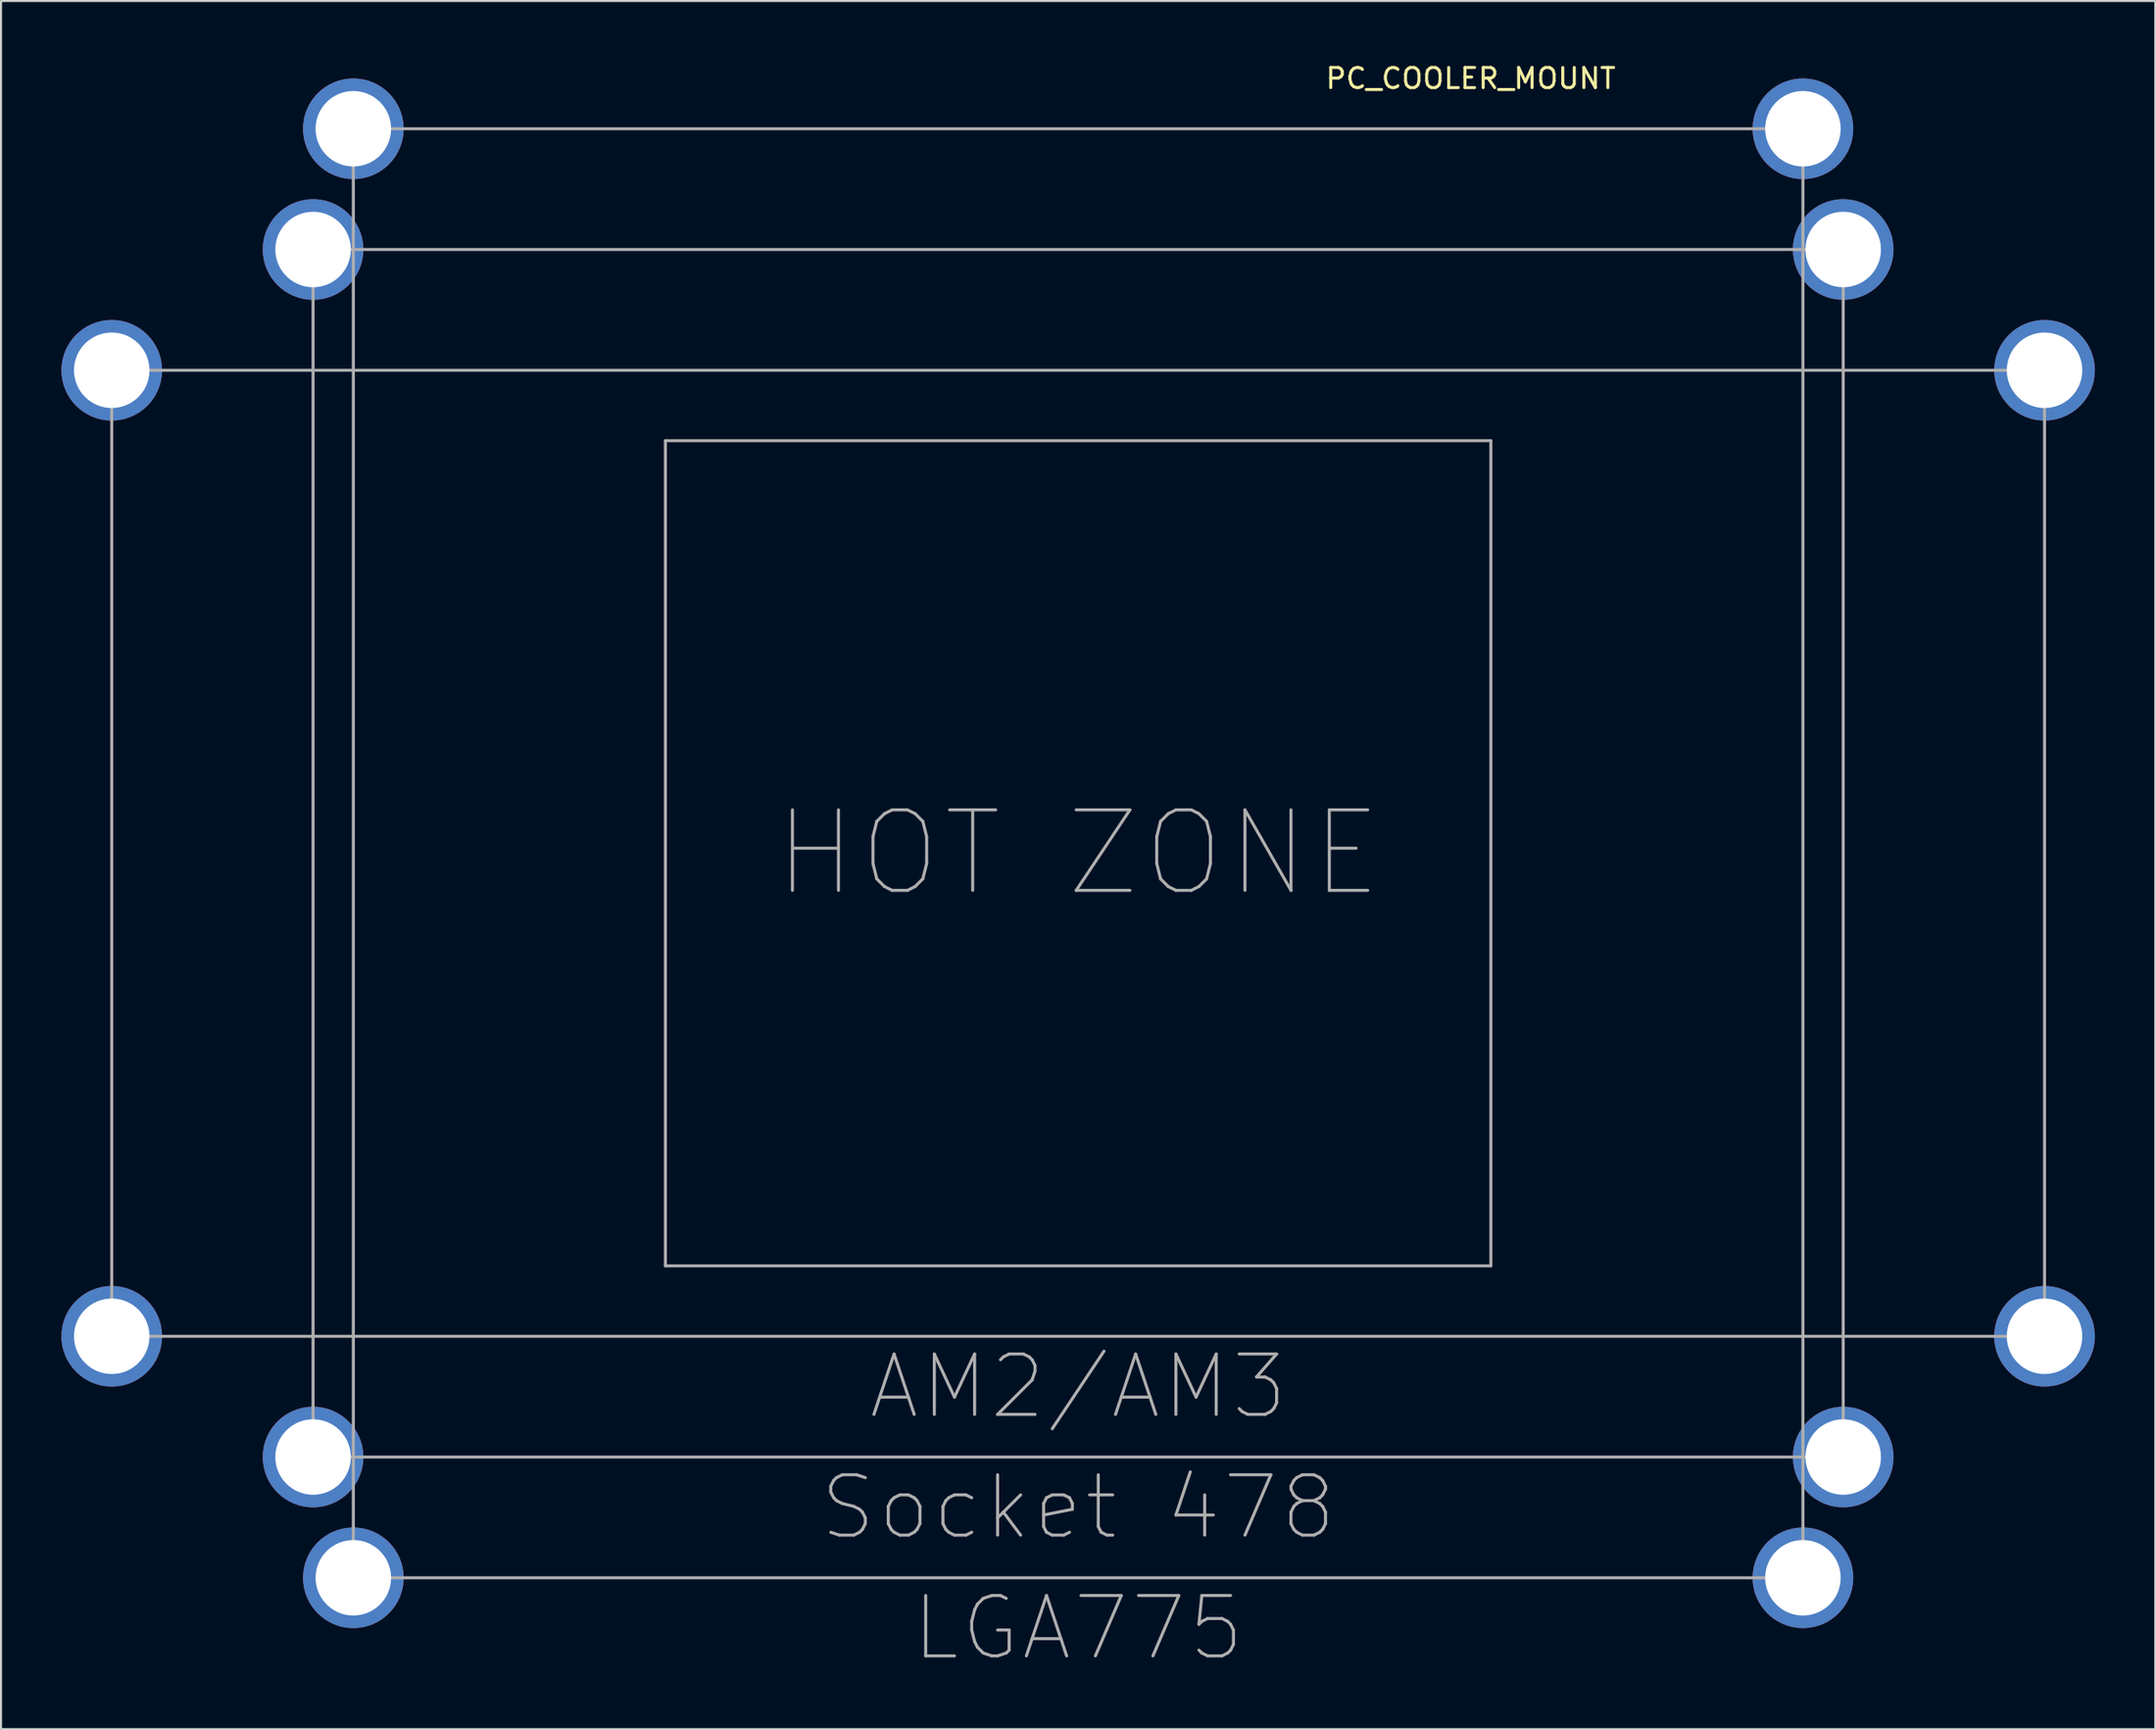
<source format=kicad_pcb>
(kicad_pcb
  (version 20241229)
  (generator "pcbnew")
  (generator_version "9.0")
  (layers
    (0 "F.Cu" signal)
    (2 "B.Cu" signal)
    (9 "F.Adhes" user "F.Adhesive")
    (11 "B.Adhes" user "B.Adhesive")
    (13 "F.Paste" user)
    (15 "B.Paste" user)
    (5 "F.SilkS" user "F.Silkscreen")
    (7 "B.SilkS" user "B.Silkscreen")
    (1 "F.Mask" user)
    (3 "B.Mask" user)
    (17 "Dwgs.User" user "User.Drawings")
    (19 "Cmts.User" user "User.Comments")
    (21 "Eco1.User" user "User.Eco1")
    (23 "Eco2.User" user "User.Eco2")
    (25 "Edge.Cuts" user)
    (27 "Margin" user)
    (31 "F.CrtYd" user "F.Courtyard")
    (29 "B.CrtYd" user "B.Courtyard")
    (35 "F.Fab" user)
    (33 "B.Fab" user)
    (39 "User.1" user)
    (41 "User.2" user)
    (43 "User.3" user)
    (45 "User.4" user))
  (footprint "PC_COOLER_MOUNT"
    (layer "F.Cu")
    (at 50.5 39.348)
    (property "Reference" "PC_COOLER_MOUNT" (at 19.5 -38.5 0) (layer "F.SilkS") (effects (font (size 1 1) (thickness 0.15))))
    (attr through_hole)
    (fp_line (start -48 -24) (end 48 -24) (stroke (width 0.15) (type solid)) (layer "F.Fab"))
    (fp_line (start -48 24) (end -48 -24) (stroke (width 0.15) (type solid)) (layer "F.Fab"))
    (fp_line (start -48 24) (end 48 24) (stroke (width 0.15) (type solid)) (layer "F.Fab"))
    (fp_line (start -38 -30) (end 38 -30) (stroke (width 0.15) (type solid)) (layer "F.Fab"))
    (fp_line (start -38 30) (end -38 -30) (stroke (width 0.15) (type solid)) (layer "F.Fab"))
    (fp_line (start -38 30) (end 38 30) (stroke (width 0.15) (type solid)) (layer "F.Fab"))
    (fp_line (start -36 -36) (end -36 36) (stroke (width 0.15) (type solid)) (layer "F.Fab"))
    (fp_line (start -36 -36) (end 36 -36) (stroke (width 0.15) (type solid)) (layer "F.Fab"))
    (fp_line (start -20.5 -20.5) (end -20.5 20.5) (stroke (width 0.15) (type solid)) (layer "F.Fab"))
    (fp_line (start -20.5 -20.5) (end 20.5 -20.5) (stroke (width 0.15) (type solid)) (layer "F.Fab"))
    (fp_line (start 20.5 20.5) (end -20.5 20.5) (stroke (width 0.15) (type solid)) (layer "F.Fab"))
    (fp_line (start 20.5 20.5) (end 20.5 -20.5) (stroke (width 0.15) (type solid)) (layer "F.Fab"))
    (fp_line (start 36 36) (end -36 36) (stroke (width 0.15) (type solid)) (layer "F.Fab"))
    (fp_line (start 36 36) (end 36 -36) (stroke (width 0.15) (type solid)) (layer "F.Fab"))
    (fp_line (start 38 30) (end 38 -30) (stroke (width 0.15) (type solid)) (layer "F.Fab"))
    (fp_line (start 48 24) (end 48 -24) (stroke (width 0.15) (type solid)) (layer "F.Fab"))
    (fp_text user "HOT ZONE" (at 0 0 0) (layer "F.Fab") (effects (font (size 4 4) (thickness 0.15))))
    (fp_text user "AM2/AM3" (at 0 26.5 0) (layer "F.Fab") (effects (font (size 3 3) (thickness 0.15))))
    (fp_text user "Socket 478" (at 0 32.5 0) (layer "F.Fab") (effects (font (size 3 3) (thickness 0.15))))
    (fp_text user "LGA775" (at 0 38.5 0) (layer "F.Fab") (effects (font (size 3 3) (thickness 0.15))))
    (pad "1" thru_hole circle (at -48 -24) (size 5 5) (drill 3.75) (layers "*.Cu" "*.Mask"))
    (pad "1" thru_hole circle (at -48 24) (size 5 5) (drill 3.75) (layers "*.Cu" "*.Mask"))
    (pad "1" thru_hole circle (at -38 -30) (size 5 5) (drill 3.75) (layers "*.Cu" "*.Mask"))
    (pad "1" thru_hole circle (at -38 30) (size 5 5) (drill 3.75) (layers "*.Cu" "*.Mask"))
    (pad "1" thru_hole circle (at -36 -36) (size 5 5) (drill 3.75) (layers "*.Cu" "*.Mask"))
    (pad "1" thru_hole circle (at -36 36) (size 5 5) (drill 3.75) (layers "*.Cu" "*.Mask"))
    (pad "1" thru_hole circle (at 36 -36) (size 5 5) (drill 3.75) (layers "*.Cu" "*.Mask"))
    (pad "1" thru_hole circle (at 36 36) (size 5 5) (drill 3.75) (layers "*.Cu" "*.Mask"))
    (pad "1" thru_hole circle (at 38 -30) (size 5 5) (drill 3.75) (layers "*.Cu" "*.Mask"))
    (pad "1" thru_hole circle (at 38 30) (size 5 5) (drill 3.75) (layers "*.Cu" "*.Mask"))
    (pad "1" thru_hole circle (at 48 -24) (size 5 5) (drill 3.75) (layers "*.Cu" "*.Mask"))
    (pad "1" thru_hole circle (at 48 24) (size 5 5) (drill 3.75) (layers "*.Cu" "*.Mask")))
  (gr_rect
    (start -3 -3)
    (end 104 82.867)
    (stroke (width 0.1) (type default))
    (fill no)
    (layer "Edge.Cuts")))
</source>
